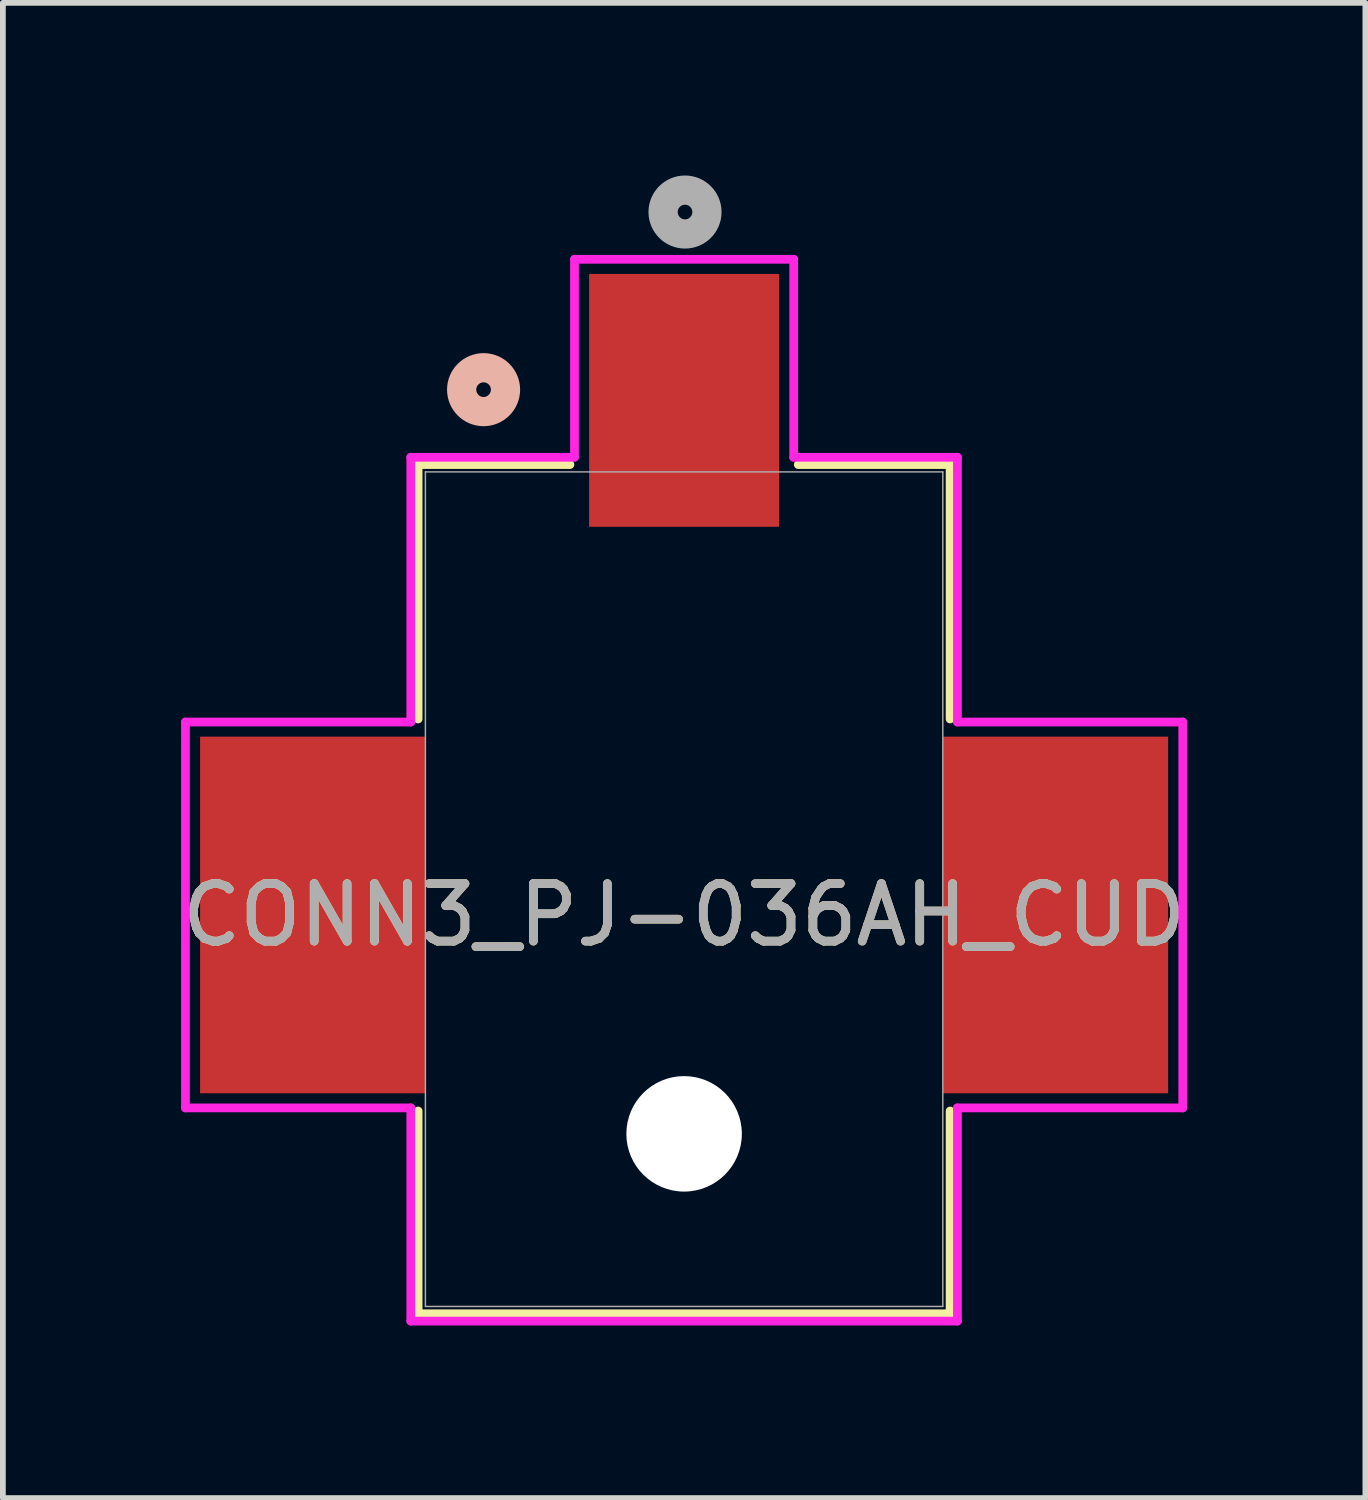
<source format=kicad_pcb>
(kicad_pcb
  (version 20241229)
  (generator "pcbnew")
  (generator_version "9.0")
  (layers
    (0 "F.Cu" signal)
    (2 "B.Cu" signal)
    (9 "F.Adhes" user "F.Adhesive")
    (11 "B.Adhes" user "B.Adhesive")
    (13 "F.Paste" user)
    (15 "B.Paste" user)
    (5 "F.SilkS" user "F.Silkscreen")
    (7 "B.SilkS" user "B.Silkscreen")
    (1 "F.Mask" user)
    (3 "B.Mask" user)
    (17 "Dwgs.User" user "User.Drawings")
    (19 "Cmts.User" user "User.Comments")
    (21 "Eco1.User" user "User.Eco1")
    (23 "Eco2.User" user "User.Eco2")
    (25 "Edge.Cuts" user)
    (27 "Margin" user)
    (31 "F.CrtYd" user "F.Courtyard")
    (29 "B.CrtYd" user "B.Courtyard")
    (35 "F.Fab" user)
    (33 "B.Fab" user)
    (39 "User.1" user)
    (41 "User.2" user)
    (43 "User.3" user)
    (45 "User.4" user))
  (footprint "CONN3_PJ-036AH_CUD"
    (layer "F.Cu")
    (at 8.839 12.403)
    (property "Reference" "CONN3_PJ-036AH_CUD" (at 0 0.448 0) (unlocked yes) (layer "F.SilkS") (effects (font (size 1 1) (thickness 0.15))))
    (attr smd)
    (fp_line (start -4.623 -7.379) (end -1.984 -7.379) (stroke (width 0.152) (type solid)) (layer "F.SilkS"))
    (fp_line (start -4.623 -2.958) (end -4.623 -7.379) (stroke (width 0.152) (type solid)) (layer "F.SilkS"))
    (fp_line (start -4.623 7.379) (end -4.623 3.855) (stroke (width 0.152) (type solid)) (layer "F.SilkS"))
    (fp_line (start 1.984 -7.379) (end 4.623 -7.379) (stroke (width 0.152) (type solid)) (layer "F.SilkS"))
    (fp_line (start 4.623 -7.379) (end 4.623 -2.958) (stroke (width 0.152) (type solid)) (layer "F.SilkS"))
    (fp_line (start 4.623 3.855) (end 4.623 7.379) (stroke (width 0.152) (type solid)) (layer "F.SilkS"))
    (fp_line (start 4.623 7.379) (end -4.623 7.379) (stroke (width 0.152) (type solid)) (layer "F.SilkS"))
    (fp_circle (center -3.485 -8.681) (end -3.104 -8.681) (stroke (width 0.508) (type solid)) (fill no) (layer "B.SilkS"))
    (fp_line (start -8.666 -2.905) (end -8.666 3.801) (stroke (width 0.152) (type solid)) (layer "F.CrtYd"))
    (fp_line (start -8.666 3.801) (end -4.75 3.801) (stroke (width 0.152) (type solid)) (layer "F.CrtYd"))
    (fp_line (start -4.75 -7.506) (end -4.75 -2.905) (stroke (width 0.152) (type solid)) (layer "F.CrtYd"))
    (fp_line (start -4.75 -2.905) (end -8.666 -2.905) (stroke (width 0.152) (type solid)) (layer "F.CrtYd"))
    (fp_line (start -4.75 3.801) (end -4.75 7.506) (stroke (width 0.152) (type solid)) (layer "F.CrtYd"))
    (fp_line (start -4.75 7.506) (end 4.75 7.506) (stroke (width 0.152) (type solid)) (layer "F.CrtYd"))
    (fp_line (start -1.905 -10.947) (end -1.905 -7.506) (stroke (width 0.152) (type solid)) (layer "F.CrtYd"))
    (fp_line (start -1.905 -7.506) (end -4.75 -7.506) (stroke (width 0.152) (type solid)) (layer "F.CrtYd"))
    (fp_line (start 1.905 -10.947) (end -1.905 -10.947) (stroke (width 0.152) (type solid)) (layer "F.CrtYd"))
    (fp_line (start 1.905 -7.506) (end 1.905 -10.947) (stroke (width 0.152) (type solid)) (layer "F.CrtYd"))
    (fp_line (start 4.75 -7.506) (end 1.905 -7.506) (stroke (width 0.152) (type solid)) (layer "F.CrtYd"))
    (fp_line (start 4.75 -2.905) (end 4.75 -7.506) (stroke (width 0.152) (type solid)) (layer "F.CrtYd"))
    (fp_line (start 4.75 3.801) (end 8.666 3.801) (stroke (width 0.152) (type solid)) (layer "F.CrtYd"))
    (fp_line (start 4.75 7.506) (end 4.75 3.801) (stroke (width 0.152) (type solid)) (layer "F.CrtYd"))
    (fp_line (start 8.666 -2.905) (end 4.75 -2.905) (stroke (width 0.152) (type solid)) (layer "F.CrtYd"))
    (fp_line (start 8.666 3.801) (end 8.666 -2.905) (stroke (width 0.152) (type solid)) (layer "F.CrtYd"))
    (fp_line (start -4.496 -7.252) (end -4.496 7.252) (stroke (width 0.025) (type solid)) (layer "F.Fab"))
    (fp_line (start -4.496 7.252) (end 4.496 7.252) (stroke (width 0.025) (type solid)) (layer "F.Fab"))
    (fp_line (start 4.496 -7.252) (end -4.496 -7.252) (stroke (width 0.025) (type solid)) (layer "F.Fab"))
    (fp_line (start 4.496 7.252) (end 4.496 -7.252) (stroke (width 0.025) (type solid)) (layer "F.Fab"))
    (fp_circle (center 0.016 -11.768) (end 0.397 -11.768) (stroke (width 0.508) (type solid)) (fill no) (layer "F.Fab"))
    (fp_text user "${REFERENCE}" (at 0 0.448 0) (unlocked yes) (layer "F.Fab") (effects (font (size 1 1) (thickness 0.15))))
    (pad "" np_thru_hole circle (at 0 4.252) (size 2.007 2.007) (drill 2.007) (layers "*.Cu" "*.Mask"))
    (pad "1" smd rect (at 0 -8.495) (size 3.302 4.394) (layers "F.Cu" "F.Mask" "F.Paste"))
    (pad "2" smd rect (at -6.456 0.448) (size 3.912 6.198) (layers "F.Cu" "F.Mask" "F.Paste"))
    (pad "3" smd rect (at 6.456 0.448) (size 3.912 6.198) (layers "F.Cu" "F.Mask" "F.Paste")))
  (gr_rect
    (start -3 -3)
    (end 20.679 22.985)
    (stroke (width 0.1) (type default))
    (fill no)
    (layer "Edge.Cuts")))
</source>
